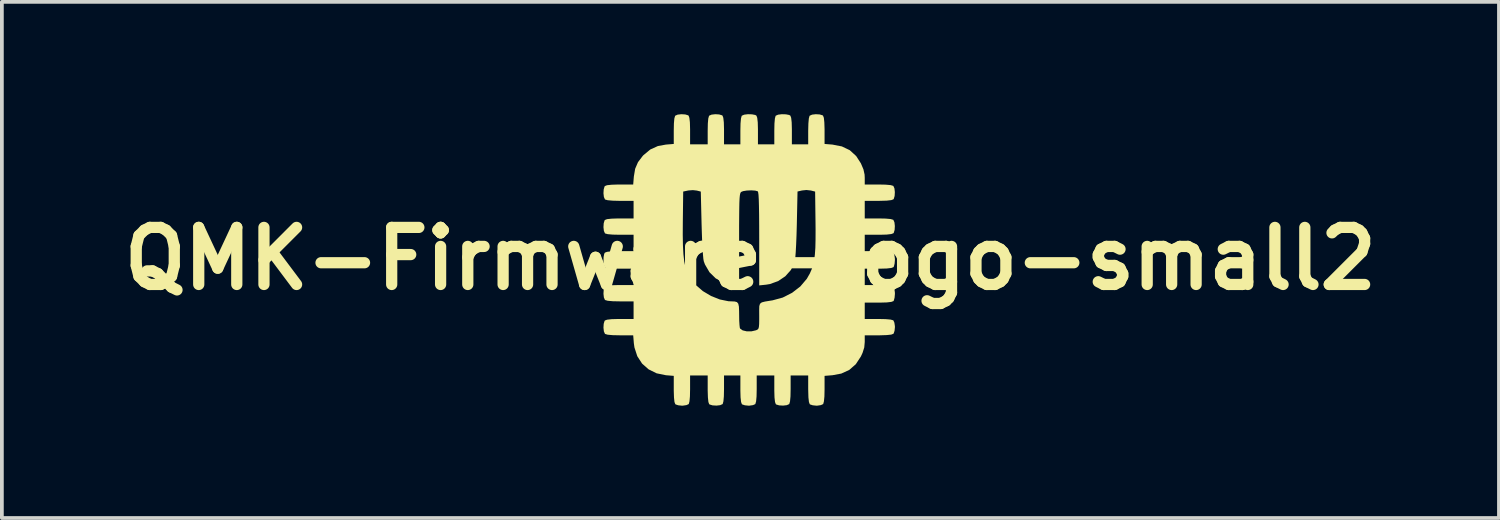
<source format=kicad_pcb>
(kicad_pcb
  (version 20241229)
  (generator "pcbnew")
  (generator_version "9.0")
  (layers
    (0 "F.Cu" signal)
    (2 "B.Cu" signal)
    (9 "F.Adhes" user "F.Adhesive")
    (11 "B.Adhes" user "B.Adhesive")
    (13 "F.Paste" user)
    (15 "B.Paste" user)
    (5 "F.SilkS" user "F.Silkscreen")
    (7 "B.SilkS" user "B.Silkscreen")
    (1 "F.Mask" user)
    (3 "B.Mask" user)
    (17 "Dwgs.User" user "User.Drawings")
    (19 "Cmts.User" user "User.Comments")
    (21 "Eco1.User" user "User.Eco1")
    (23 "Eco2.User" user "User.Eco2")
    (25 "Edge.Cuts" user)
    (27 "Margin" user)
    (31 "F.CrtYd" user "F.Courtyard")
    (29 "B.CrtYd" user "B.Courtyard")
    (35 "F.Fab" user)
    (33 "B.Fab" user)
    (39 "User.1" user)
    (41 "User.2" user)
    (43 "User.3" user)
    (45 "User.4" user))
  (footprint "QMK-Firmware-logo-small2"
    (layer "F.Cu")
    (at 16.989 3.857)
    (property "Reference" "QMK-Firmware-logo-small2" (at 0 0 0) (layer "F.SilkS") (effects (font (size 1.524 1.524) (thickness 0.3))))
    (attr board_only exclude_from_pos_files exclude_from_bom)
    (fp_poly (pts (xy 1.849 -3.851) (xy 1.926 -3.828) (xy 1.939 -3.818) (xy 1.961 -3.761) (xy 1.974 -3.639) (xy 1.98 -3.458) (xy 1.98 -3.42) (xy 1.98 -3.063) (xy 2.191 -3.046) (xy 2.442 -2.997) (xy 2.653 -2.896) (xy 2.824 -2.74) (xy 2.95 -2.545) (xy 3.018 -2.385) (xy 3.049 -2.244) (xy 3.053 -2.159) (xy 3.053 -1.98) (xy 3.416 -1.98) (xy 3.61 -1.976) (xy 3.743 -1.964) (xy 3.813 -1.944) (xy 3.818 -1.939) (xy 3.846 -1.876) (xy 3.857 -1.777) (xy 3.851 -1.674) (xy 3.828 -1.597) (xy 3.818 -1.584) (xy 3.761 -1.563) (xy 3.639 -1.549) (xy 3.456 -1.544) (xy 3.416 -1.543) (xy 3.053 -1.543) (xy 3.053 -1.074) (xy 3.416 -1.074) (xy 3.61 -1.07) (xy 3.743 -1.058) (xy 3.813 -1.038) (xy 3.818 -1.033) (xy 3.846 -0.97) (xy 3.857 -0.871) (xy 3.851 -0.768) (xy 3.828 -0.691) (xy 3.818 -0.678) (xy 3.761 -0.657) (xy 3.639 -0.643) (xy 3.456 -0.638) (xy 3.416 -0.638) (xy 3.053 -0.638) (xy 3.053 -0.201) (xy 3.416 -0.201) (xy 3.61 -0.197) (xy 3.743 -0.185) (xy 3.813 -0.166) (xy 3.818 -0.161) (xy 3.843 -0.105) (xy 3.857 -0.011) (xy 3.859 0.034) (xy 3.85 0.135) (xy 3.83 0.211) (xy 3.818 0.228) (xy 3.761 0.249) (xy 3.639 0.263) (xy 3.456 0.268) (xy 3.416 0.268) (xy 3.053 0.268) (xy 3.053 0.705) (xy 3.416 0.705) (xy 3.61 0.709) (xy 3.743 0.721) (xy 3.813 0.74) (xy 3.818 0.745) (xy 3.843 0.801) (xy 3.857 0.895) (xy 3.859 0.939) (xy 3.85 1.041) (xy 3.83 1.117) (xy 3.818 1.134) (xy 3.761 1.155) (xy 3.639 1.169) (xy 3.456 1.174) (xy 3.416 1.174) (xy 3.053 1.174) (xy 3.053 1.611) (xy 3.416 1.611) (xy 3.61 1.615) (xy 3.743 1.627) (xy 3.813 1.646) (xy 3.818 1.651) (xy 3.844 1.708) (xy 3.858 1.801) (xy 3.859 1.829) (xy 3.849 1.926) (xy 3.826 1.996) (xy 3.818 2.006) (xy 3.761 2.028) (xy 3.639 2.041) (xy 3.456 2.047) (xy 3.416 2.047) (xy 3.053 2.047) (xy 3.053 2.226) (xy 3.04 2.371) (xy 2.994 2.517) (xy 2.95 2.612) (xy 2.814 2.819) (xy 2.64 2.971) (xy 2.427 3.069) (xy 2.191 3.113) (xy 1.98 3.13) (xy 1.98 3.487) (xy 1.976 3.679) (xy 1.963 3.811) (xy 1.944 3.88) (xy 1.939 3.885) (xy 1.882 3.911) (xy 1.789 3.925) (xy 1.762 3.926) (xy 1.665 3.916) (xy 1.594 3.893) (xy 1.584 3.885) (xy 1.563 3.828) (xy 1.549 3.706) (xy 1.544 3.523) (xy 1.543 3.483) (xy 1.543 3.12) (xy 1.074 3.12) (xy 1.074 3.483) (xy 1.07 3.677) (xy 1.058 3.81) (xy 1.038 3.88) (xy 1.033 3.885) (xy 0.97 3.913) (xy 0.871 3.924) (xy 0.768 3.918) (xy 0.691 3.895) (xy 0.678 3.885) (xy 0.657 3.828) (xy 0.643 3.706) (xy 0.638 3.523) (xy 0.638 3.483) (xy 0.638 3.12) (xy 0.168 3.12) (xy 0.168 3.483) (xy 0.164 3.677) (xy 0.152 3.81) (xy 0.132 3.88) (xy 0.128 3.885) (xy 0.07 3.911) (xy -0.023 3.925) (xy -0.05 3.926) (xy -0.147 3.916) (xy -0.218 3.893) (xy -0.228 3.885) (xy -0.249 3.828) (xy -0.263 3.706) (xy -0.268 3.523) (xy -0.268 3.483) (xy -0.268 3.12) (xy -0.705 3.12) (xy -0.705 3.483) (xy -0.709 3.677) (xy -0.721 3.81) (xy -0.74 3.88) (xy -0.745 3.885) (xy -0.809 3.913) (xy -0.907 3.924) (xy -1.01 3.918) (xy -1.087 3.895) (xy -1.101 3.885) (xy -1.122 3.828) (xy -1.135 3.706) (xy -1.141 3.523) (xy -1.141 3.483) (xy -1.141 3.12) (xy -1.611 3.12) (xy -1.611 3.483) (xy -1.615 3.677) (xy -1.627 3.81) (xy -1.646 3.88) (xy -1.651 3.885) (xy -1.708 3.911) (xy -1.801 3.925) (xy -1.829 3.926) (xy -1.926 3.916) (xy -1.996 3.893) (xy -2.006 3.885) (xy -2.028 3.828) (xy -2.041 3.707) (xy -2.047 3.525) (xy -2.047 3.487) (xy -2.047 3.13) (xy -2.257 3.113) (xy -2.505 3.062) (xy -2.719 2.956) (xy -2.893 2.802) (xy -3.021 2.605) (xy -3.097 2.371) (xy -3.113 2.257) (xy -3.13 2.047) (xy -3.487 2.047) (xy -3.679 2.043) (xy -3.811 2.031) (xy -3.88 2.011) (xy -3.885 2.006) (xy -3.913 1.943) (xy -3.924 1.844) (xy -3.918 1.741) (xy -3.895 1.664) (xy -3.885 1.651) (xy -3.828 1.63) (xy -3.706 1.616) (xy -3.523 1.611) (xy -3.483 1.611) (xy -3.12 1.611) (xy -3.12 1.141) (xy -3.483 1.141) (xy -3.677 1.137) (xy -3.81 1.125) (xy -3.88 1.105) (xy -3.885 1.101) (xy -3.913 1.037) (xy -3.924 0.938) (xy -3.918 0.835) (xy -3.895 0.758) (xy -3.885 0.745) (xy -3.828 0.724) (xy -3.706 0.71) (xy -3.523 0.705) (xy -3.483 0.705) (xy -3.12 0.705) (xy -3.12 0.268) (xy -3.483 0.268) (xy -3.677 0.264) (xy -3.81 0.252) (xy -3.88 0.233) (xy -3.885 0.228) (xy -3.912 0.166) (xy -3.924 0.067) (xy -3.921 -0.041) (xy -3.904 -0.129) (xy -3.885 -0.161) (xy -3.828 -0.182) (xy -3.706 -0.196) (xy -3.523 -0.201) (xy -3.483 -0.201) (xy -3.12 -0.201) (xy -3.12 -0.638) (xy -3.483 -0.638) (xy -3.677 -0.642) (xy -3.688 -0.643) (xy -1.807 -0.643) (xy -1.802 -0.355) (xy -1.789 -0.119) (xy -1.767 0.077) (xy -1.733 0.238) (xy -1.685 0.375) (xy -1.622 0.494) (xy -1.543 0.606) (xy -1.454 0.707) (xy -1.271 0.866) (xy -1.051 0.997) (xy -0.817 1.09) (xy -0.587 1.137) (xy -0.514 1.14) (xy -0.421 1.144) (xy -0.36 1.16) (xy -0.324 1.203) (xy -0.307 1.282) (xy -0.302 1.41) (xy -0.301 1.505) (xy -0.299 1.648) (xy -0.292 1.768) (xy -0.283 1.846) (xy -0.276 1.866) (xy -0.208 1.915) (xy -0.099 1.941) (xy 0.029 1.941) (xy 0.149 1.913) (xy 0.187 1.896) (xy 0.212 1.871) (xy 0.226 1.826) (xy 0.233 1.746) (xy 0.235 1.619) (xy 0.235 1.528) (xy 0.234 1.372) (xy 0.237 1.268) (xy 0.256 1.205) (xy 0.303 1.168) (xy 0.388 1.146) (xy 0.522 1.124) (xy 0.592 1.113) (xy 0.863 1.039) (xy 1.113 0.912) (xy 1.332 0.743) (xy 1.506 0.538) (xy 1.587 0.396) (xy 1.636 0.283) (xy 1.674 0.169) (xy 1.702 0.041) (xy 1.721 -0.107) (xy 1.734 -0.288) (xy 1.739 -0.51) (xy 1.74 -0.783) (xy 1.738 -0.988) (xy 1.728 -1.791) (xy 1.614 -1.82) (xy 1.495 -1.833) (xy 1.379 -1.821) (xy 1.258 -1.793) (xy 1.239 -0.905) (xy 1.231 -0.625) (xy 1.221 -0.379) (xy 1.21 -0.175) (xy 1.198 -0.019) (xy 1.185 0.08) (xy 1.18 0.104) (xy 1.081 0.303) (xy 0.931 0.471) (xy 0.741 0.599) (xy 0.522 0.678) (xy 0.419 0.695) (xy 0.235 0.714) (xy 0.235 -0.53) (xy 0.234 -0.885) (xy 0.232 -1.177) (xy 0.228 -1.408) (xy 0.223 -1.583) (xy 0.216 -1.704) (xy 0.206 -1.774) (xy 0.197 -1.798) (xy 0.128 -1.817) (xy 0.022 -1.824) (xy -0.095 -1.819) (xy -0.195 -1.803) (xy -0.248 -1.781) (xy -0.262 -1.764) (xy -0.274 -1.732) (xy -0.283 -1.68) (xy -0.29 -1.601) (xy -0.295 -1.488) (xy -0.298 -1.336) (xy -0.3 -1.137) (xy -0.302 -0.885) (xy -0.302 -0.574) (xy -0.302 -0.511) (xy -0.302 0.714) (xy -0.486 0.695) (xy -0.722 0.639) (xy -0.927 0.526) (xy -1.093 0.363) (xy -1.214 0.155) (xy -1.246 0.068) (xy -1.257 0.003) (xy -1.268 -0.119) (xy -1.279 -0.287) (xy -1.29 -0.491) (xy -1.298 -0.72) (xy -1.304 -0.921) (xy -1.325 -1.791) (xy -1.431 -1.818) (xy -1.537 -1.83) (xy -1.655 -1.821) (xy -1.666 -1.819) (xy -1.795 -1.792) (xy -1.805 -0.988) (xy -1.807 -0.643) (xy -3.688 -0.643) (xy -3.81 -0.654) (xy -3.88 -0.673) (xy -3.885 -0.678) (xy -3.913 -0.742) (xy -3.924 -0.84) (xy -3.918 -0.943) (xy -3.895 -1.02) (xy -3.885 -1.033) (xy -3.828 -1.055) (xy -3.706 -1.068) (xy -3.523 -1.074) (xy -3.483 -1.074) (xy -3.12 -1.074) (xy -3.12 -1.543) (xy -3.483 -1.543) (xy -3.677 -1.548) (xy -3.81 -1.56) (xy -3.88 -1.579) (xy -3.885 -1.584) (xy -3.913 -1.648) (xy -3.924 -1.746) (xy -3.918 -1.849) (xy -3.895 -1.926) (xy -3.885 -1.939) (xy -3.828 -1.961) (xy -3.707 -1.974) (xy -3.525 -1.98) (xy -3.487 -1.98) (xy -3.13 -1.98) (xy -3.113 -2.191) (xy -3.078 -2.4) (xy -3.003 -2.575) (xy -2.878 -2.74) (xy -2.857 -2.763) (xy -2.675 -2.914) (xy -2.471 -3.007) (xy -2.257 -3.046) (xy -2.047 -3.063) (xy -2.047 -3.42) (xy -2.043 -3.612) (xy -2.031 -3.744) (xy -2.011 -3.813) (xy -2.006 -3.818) (xy -1.943 -3.846) (xy -1.844 -3.857) (xy -1.741 -3.851) (xy -1.664 -3.828) (xy -1.651 -3.818) (xy -1.63 -3.761) (xy -1.616 -3.639) (xy -1.611 -3.456) (xy -1.611 -3.416) (xy -1.611 -3.053) (xy -1.141 -3.053) (xy -1.141 -3.416) (xy -1.137 -3.61) (xy -1.125 -3.743) (xy -1.105 -3.813) (xy -1.101 -3.818) (xy -1.037 -3.846) (xy -0.938 -3.857) (xy -0.835 -3.851) (xy -0.758 -3.828) (xy -0.745 -3.818) (xy -0.724 -3.761) (xy -0.71 -3.639) (xy -0.705 -3.456) (xy -0.705 -3.416) (xy -0.705 -3.053) (xy -0.268 -3.053) (xy -0.268 -3.416) (xy -0.264 -3.61) (xy -0.252 -3.743) (xy -0.233 -3.813) (xy -0.228 -3.818) (xy -0.166 -3.845) (xy -0.067 -3.857) (xy 0.041 -3.854) (xy 0.129 -3.837) (xy 0.161 -3.818) (xy 0.182 -3.761) (xy 0.196 -3.639) (xy 0.201 -3.456) (xy 0.201 -3.416) (xy 0.201 -3.053) (xy 0.638 -3.053) (xy 0.638 -3.416) (xy 0.642 -3.61) (xy 0.654 -3.743) (xy 0.673 -3.813) (xy 0.678 -3.818) (xy 0.74 -3.845) (xy 0.839 -3.857) (xy 0.947 -3.854) (xy 1.035 -3.837) (xy 1.067 -3.818) (xy 1.088 -3.761) (xy 1.102 -3.639) (xy 1.107 -3.456) (xy 1.107 -3.416) (xy 1.107 -3.053) (xy 1.543 -3.053) (xy 1.543 -3.416) (xy 1.548 -3.61) (xy 1.56 -3.743) (xy 1.579 -3.813) (xy 1.584 -3.818) (xy 1.648 -3.846) (xy 1.746 -3.857)) (stroke (width 0) (type solid)) (fill yes) (layer "F.SilkS")))
  (gr_rect
    (start -3 -3)
    (end 36.978 10.783)
    (stroke (width 0.1) (type default))
    (fill no)
    (layer "Edge.Cuts")))
</source>
